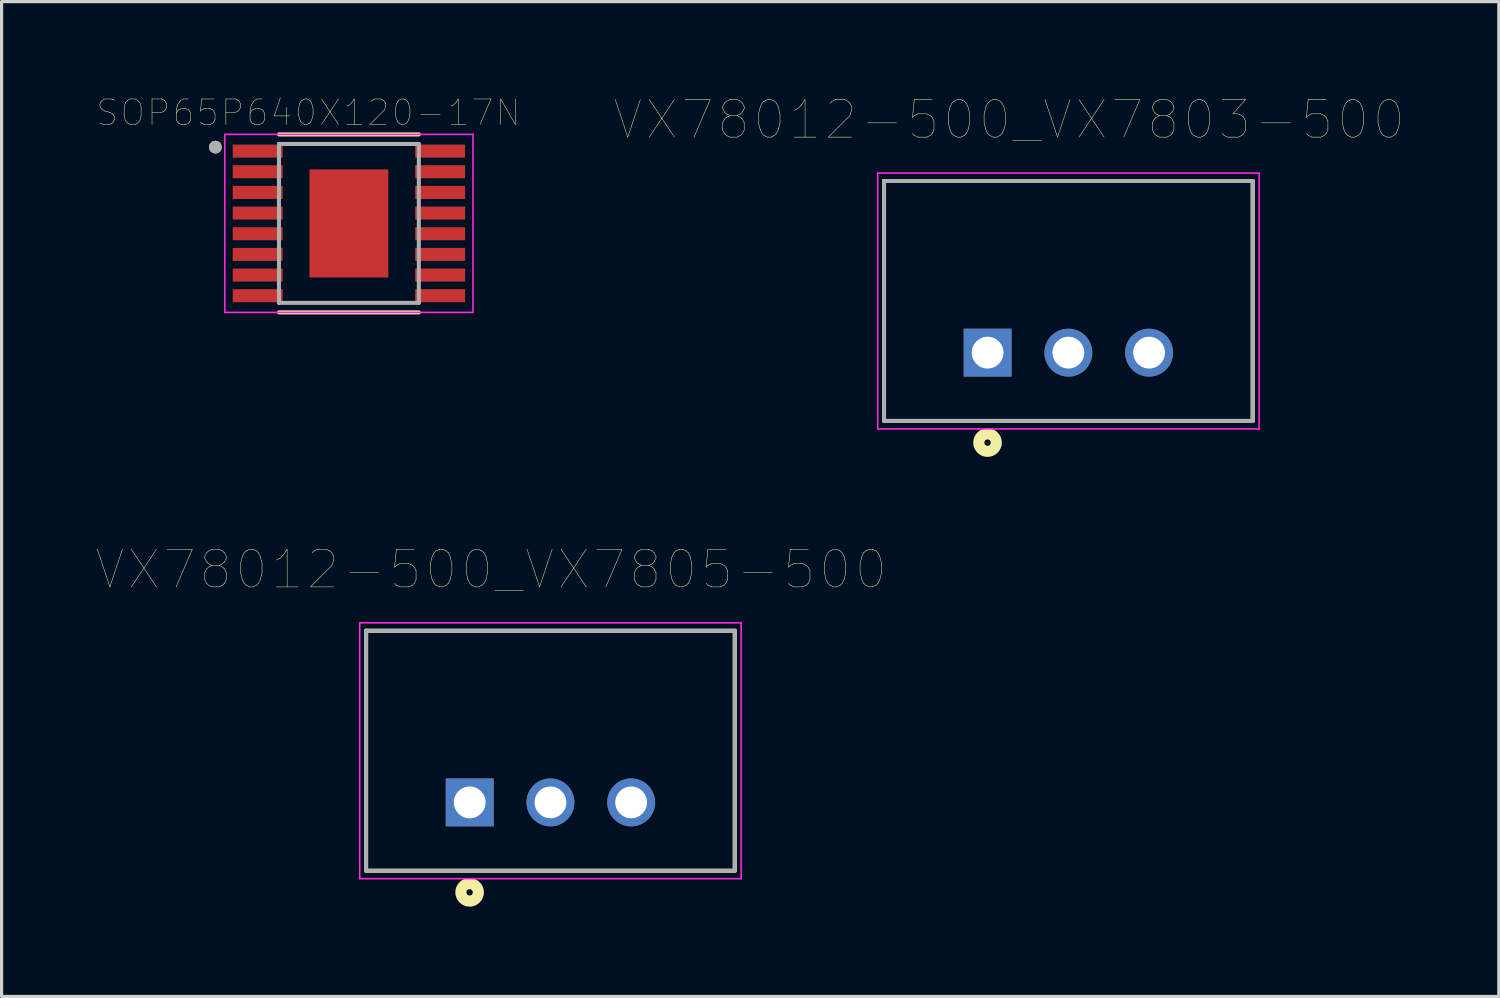
<source format=kicad_pcb>
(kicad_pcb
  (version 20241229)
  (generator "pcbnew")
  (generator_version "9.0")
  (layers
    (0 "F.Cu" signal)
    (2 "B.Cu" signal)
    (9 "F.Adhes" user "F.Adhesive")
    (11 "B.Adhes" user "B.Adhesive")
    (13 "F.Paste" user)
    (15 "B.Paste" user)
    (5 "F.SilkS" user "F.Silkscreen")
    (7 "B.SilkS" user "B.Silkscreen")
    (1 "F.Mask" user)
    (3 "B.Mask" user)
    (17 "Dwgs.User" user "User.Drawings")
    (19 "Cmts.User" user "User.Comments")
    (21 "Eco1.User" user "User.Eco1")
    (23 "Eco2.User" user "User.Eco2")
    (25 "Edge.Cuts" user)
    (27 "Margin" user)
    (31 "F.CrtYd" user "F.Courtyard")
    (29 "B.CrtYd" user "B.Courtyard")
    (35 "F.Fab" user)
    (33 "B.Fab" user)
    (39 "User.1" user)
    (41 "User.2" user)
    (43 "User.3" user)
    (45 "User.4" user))
  (footprint "VX78012-500_VX7805-500"
    (layer "F.Cu")
    (at 14.268 20.57)
    (property "Reference" "VX78012-500_VX7805-500" (at -1.862 -5.702 0) (layer "F.SilkS") (effects (font (size 1.183 1.183) (thickness 0.015))))
    (attr through_hole)
    (fp_line (start -5.8 -3.775) (end 5.8 -3.775) (stroke (width 0.127) (type solid)) (layer "F.SilkS"))
    (fp_line (start -5.8 3.775) (end -5.8 -3.775) (stroke (width 0.127) (type solid)) (layer "F.SilkS"))
    (fp_line (start 5.8 -3.775) (end 5.8 3.775) (stroke (width 0.127) (type solid)) (layer "F.SilkS"))
    (fp_line (start 5.8 3.775) (end -5.8 3.775) (stroke (width 0.127) (type solid)) (layer "F.SilkS"))
    (fp_circle (center -2.543 4.455) (end -2.443 4.455) (stroke (width 0.35) (type solid)) (fill no) (layer "F.SilkS"))
    (fp_line (start -6 -4.025) (end 6 -4.025) (stroke (width 0.05) (type solid)) (layer "F.CrtYd"))
    (fp_line (start -6 4.025) (end -6 -4.025) (stroke (width 0.05) (type solid)) (layer "F.CrtYd"))
    (fp_line (start 6 -4.025) (end 6 4.025) (stroke (width 0.05) (type solid)) (layer "F.CrtYd"))
    (fp_line (start 6 4.025) (end -6 4.025) (stroke (width 0.05) (type solid)) (layer "F.CrtYd"))
    (fp_line (start -5.8 -3.775) (end 5.8 -3.775) (stroke (width 0.127) (type solid)) (layer "F.Fab"))
    (fp_line (start -5.8 3.775) (end -5.8 -3.775) (stroke (width 0.127) (type solid)) (layer "F.Fab"))
    (fp_line (start 5.8 -3.775) (end 5.8 3.775) (stroke (width 0.127) (type solid)) (layer "F.Fab"))
    (fp_line (start 5.8 3.775) (end -5.8 3.775) (stroke (width 0.127) (type solid)) (layer "F.Fab"))
    (fp_circle (center -2.543 1.645) (end -2.443 1.645) (stroke (width 0.35) (type solid)) (fill no) (layer "F.Fab"))
    (pad "1" thru_hole rect (at -2.54 1.625) (size 1.508 1.508) (drill 1) (layers "*.Cu" "*.Mask"))
    (pad "2" thru_hole circle (at 0 1.625) (size 1.508 1.508) (drill 1) (layers "*.Cu" "*.Mask"))
    (pad "3" thru_hole circle (at 2.54 1.625) (size 1.508 1.508) (drill 1) (layers "*.Cu" "*.Mask")))
  (footprint "VX78012-500_VX7803-500"
    (layer "F.Cu")
    (at 30.563 6.42)
    (property "Reference" "VX78012-500_VX7803-500" (at -1.862 -5.702 0) (layer "F.SilkS") (effects (font (size 1.183 1.183) (thickness 0.015))))
    (attr through_hole)
    (fp_line (start -5.8 -3.775) (end 5.8 -3.775) (stroke (width 0.127) (type solid)) (layer "F.SilkS"))
    (fp_line (start -5.8 3.775) (end -5.8 -3.775) (stroke (width 0.127) (type solid)) (layer "F.SilkS"))
    (fp_line (start 5.8 -3.775) (end 5.8 3.775) (stroke (width 0.127) (type solid)) (layer "F.SilkS"))
    (fp_line (start 5.8 3.775) (end -5.8 3.775) (stroke (width 0.127) (type solid)) (layer "F.SilkS"))
    (fp_circle (center -2.543 4.455) (end -2.443 4.455) (stroke (width 0.35) (type solid)) (fill no) (layer "F.SilkS"))
    (fp_line (start -6 -4.025) (end 6 -4.025) (stroke (width 0.05) (type solid)) (layer "F.CrtYd"))
    (fp_line (start -6 4.025) (end -6 -4.025) (stroke (width 0.05) (type solid)) (layer "F.CrtYd"))
    (fp_line (start 6 -4.025) (end 6 4.025) (stroke (width 0.05) (type solid)) (layer "F.CrtYd"))
    (fp_line (start 6 4.025) (end -6 4.025) (stroke (width 0.05) (type solid)) (layer "F.CrtYd"))
    (fp_line (start -5.8 -3.775) (end 5.8 -3.775) (stroke (width 0.127) (type solid)) (layer "F.Fab"))
    (fp_line (start -5.8 3.775) (end -5.8 -3.775) (stroke (width 0.127) (type solid)) (layer "F.Fab"))
    (fp_line (start 5.8 -3.775) (end 5.8 3.775) (stroke (width 0.127) (type solid)) (layer "F.Fab"))
    (fp_line (start 5.8 3.775) (end -5.8 3.775) (stroke (width 0.127) (type solid)) (layer "F.Fab"))
    (fp_circle (center -2.543 1.645) (end -2.443 1.645) (stroke (width 0.35) (type solid)) (fill no) (layer "F.Fab"))
    (pad "1" thru_hole rect (at -2.54 1.625) (size 1.508 1.508) (drill 1) (layers "*.Cu" "*.Mask"))
    (pad "2" thru_hole circle (at 0 1.625) (size 1.508 1.508) (drill 1) (layers "*.Cu" "*.Mask"))
    (pad "3" thru_hole circle (at 2.54 1.625) (size 1.508 1.508) (drill 1) (layers "*.Cu" "*.Mask")))
  (footprint "SOP65P640X120-17N"
    (layer "F.Cu")
    (at 7.927 3.979)
    (property "Reference" "SOP65P640X120-17N" (at -1.28 -3.485 0) (layer "F.SilkS") (effects (font (size 0.8 0.8) (thickness 0.015))))
    (attr through_hole)
    (fp_line (start -2.2 -2.8) (end 2.2 -2.8) (stroke (width 0.127) (type solid)) (layer "F.SilkS"))
    (fp_line (start -2.2 2.8) (end 2.2 2.8) (stroke (width 0.127) (type solid)) (layer "F.SilkS"))
    (fp_circle (center -4.2 -2.4) (end -4.1 -2.4) (stroke (width 0.2) (type solid)) (fill no) (layer "F.SilkS"))
    (fp_poly (pts (xy -0.8 -1.075) (xy 0.8 -1.075) (xy 0.8 1.075) (xy -0.8 1.075)) (stroke (width 0.01) (type solid)) (fill yes) (layer "F.Paste"))
    (fp_line (start -3.905 -2.8) (end -3.905 2.8) (stroke (width 0.05) (type solid)) (layer "F.CrtYd"))
    (fp_line (start -3.905 -2.8) (end 3.905 -2.8) (stroke (width 0.05) (type solid)) (layer "F.CrtYd"))
    (fp_line (start -3.905 2.8) (end 3.905 2.8) (stroke (width 0.05) (type solid)) (layer "F.CrtYd"))
    (fp_line (start 3.905 -2.8) (end 3.905 2.8) (stroke (width 0.05) (type solid)) (layer "F.CrtYd"))
    (fp_line (start -2.2 -2.5) (end -2.2 2.5) (stroke (width 0.127) (type solid)) (layer "F.Fab"))
    (fp_line (start -2.2 -2.5) (end 2.2 -2.5) (stroke (width 0.127) (type solid)) (layer "F.Fab"))
    (fp_line (start -2.2 2.5) (end 2.2 2.5) (stroke (width 0.127) (type solid)) (layer "F.Fab"))
    (fp_line (start 2.2 -2.5) (end 2.2 2.5) (stroke (width 0.127) (type solid)) (layer "F.Fab"))
    (fp_circle (center -4.2 -2.4) (end -4.1 -2.4) (stroke (width 0.2) (type solid)) (fill no) (layer "F.Fab"))
    (pad "1" smd rect (at -2.87 -2.275) (size 1.57 0.41) (layers "F.Cu" "F.Mask" "F.Paste"))
    (pad "2" smd rect (at -2.87 -1.625) (size 1.57 0.41) (layers "F.Cu" "F.Mask" "F.Paste"))
    (pad "3" smd rect (at -2.87 -0.975) (size 1.57 0.41) (layers "F.Cu" "F.Mask" "F.Paste"))
    (pad "4" smd rect (at -2.87 -0.325) (size 1.57 0.41) (layers "F.Cu" "F.Mask" "F.Paste"))
    (pad "5" smd rect (at -2.87 0.325) (size 1.57 0.41) (layers "F.Cu" "F.Mask" "F.Paste"))
    (pad "6" smd rect (at -2.87 0.975) (size 1.57 0.41) (layers "F.Cu" "F.Mask" "F.Paste"))
    (pad "7" smd rect (at -2.87 1.625) (size 1.57 0.41) (layers "F.Cu" "F.Mask" "F.Paste"))
    (pad "8" smd rect (at -2.87 2.275) (size 1.57 0.41) (layers "F.Cu" "F.Mask" "F.Paste"))
    (pad "9" smd rect (at 2.87 2.275) (size 1.57 0.41) (layers "F.Cu" "F.Mask" "F.Paste"))
    (pad "10" smd rect (at 2.87 1.625) (size 1.57 0.41) (layers "F.Cu" "F.Mask" "F.Paste"))
    (pad "11" smd rect (at 2.87 0.975) (size 1.57 0.41) (layers "F.Cu" "F.Mask" "F.Paste"))
    (pad "12" smd rect (at 2.87 0.325) (size 1.57 0.41) (layers "F.Cu" "F.Mask" "F.Paste"))
    (pad "13" smd rect (at 2.87 -0.325) (size 1.57 0.41) (layers "F.Cu" "F.Mask" "F.Paste"))
    (pad "14" smd rect (at 2.87 -0.975) (size 1.57 0.41) (layers "F.Cu" "F.Mask" "F.Paste"))
    (pad "15" smd rect (at 2.87 -1.625) (size 1.57 0.41) (layers "F.Cu" "F.Mask" "F.Paste"))
    (pad "16" smd rect (at 2.87 -2.275) (size 1.57 0.41) (layers "F.Cu" "F.Mask" "F.Paste"))
    (pad "17" smd rect (at 0 0) (size 2.48 3.4) (layers "F.Cu" "F.Mask")))
  (gr_rect
    (start -3 -3)
    (end 44.106 28.3)
    (stroke (width 0.1) (type default))
    (fill no)
    (layer "Edge.Cuts")))
</source>
